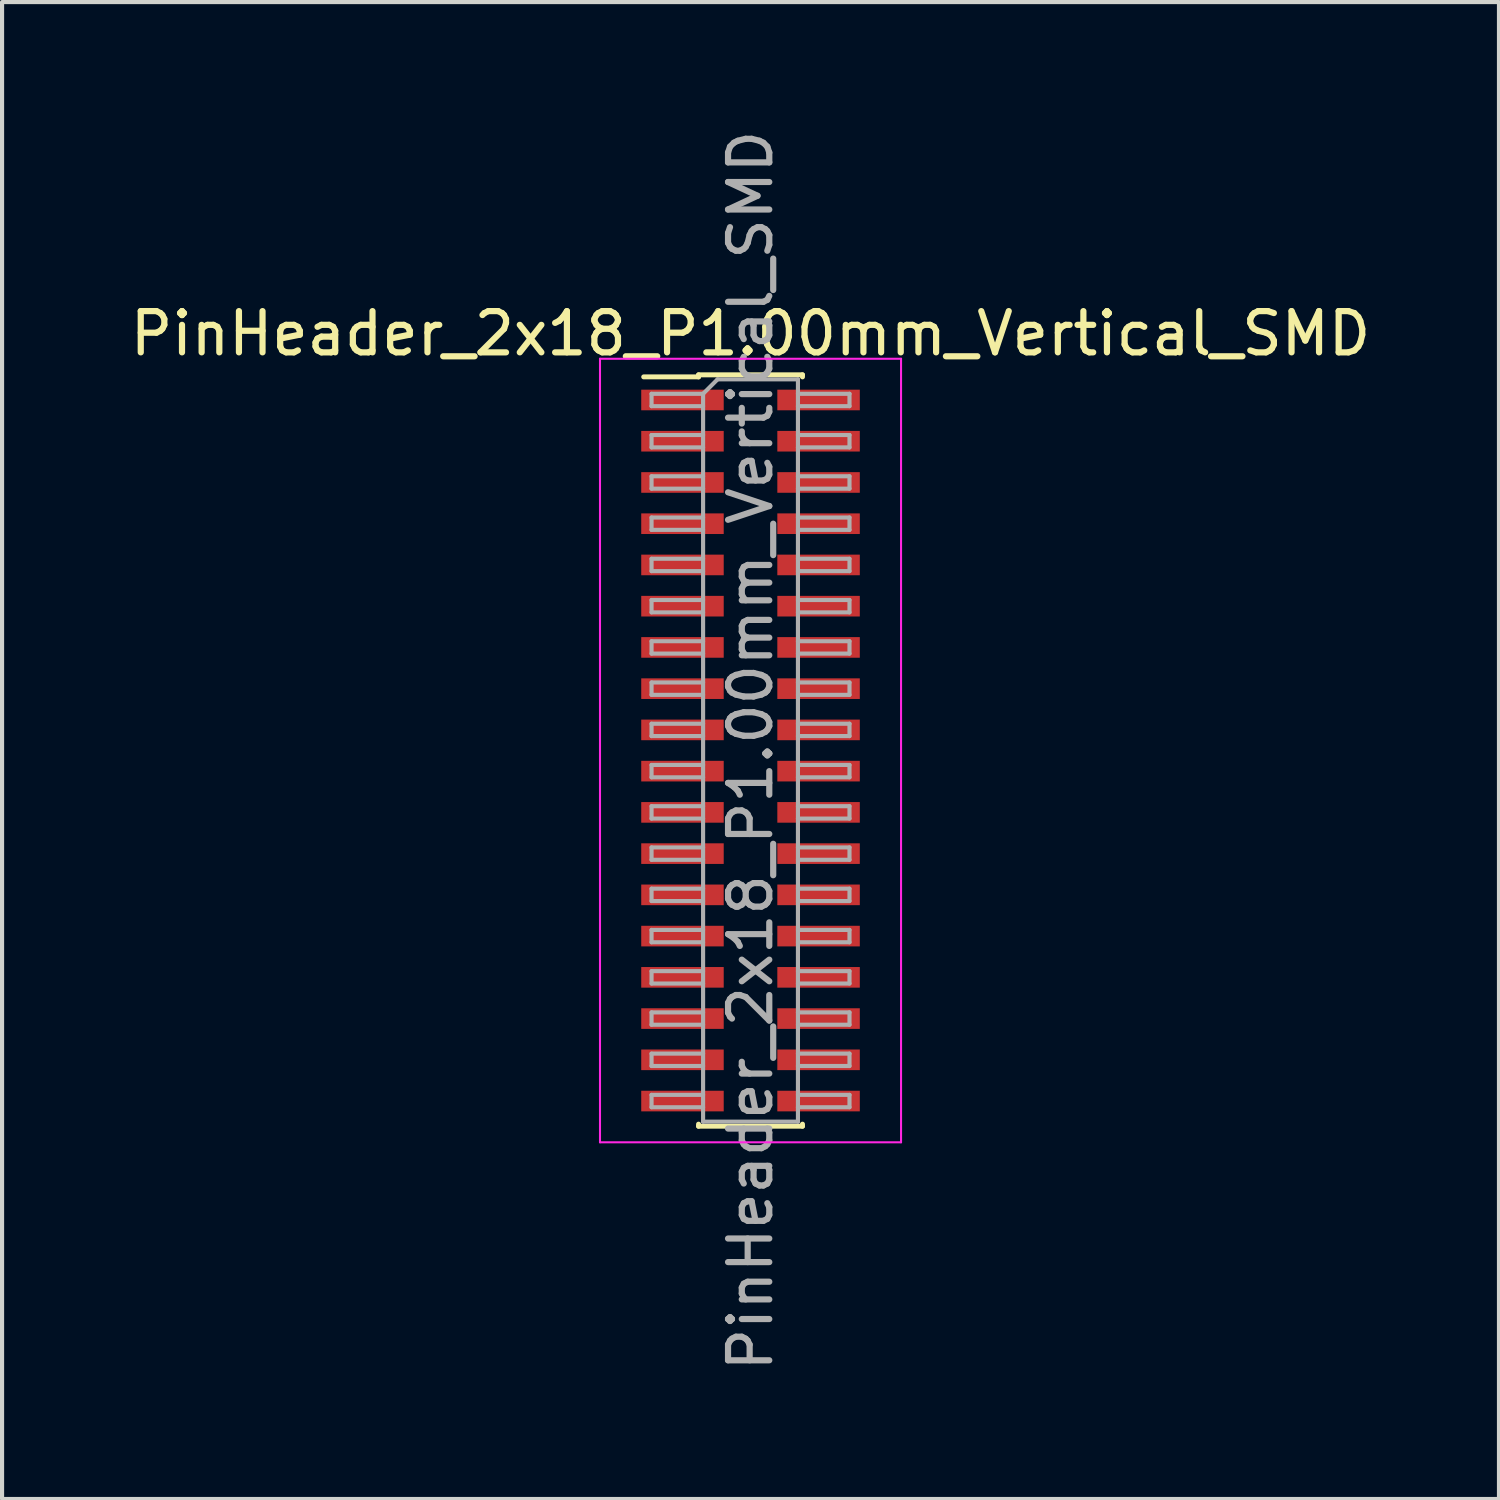
<source format=kicad_pcb>
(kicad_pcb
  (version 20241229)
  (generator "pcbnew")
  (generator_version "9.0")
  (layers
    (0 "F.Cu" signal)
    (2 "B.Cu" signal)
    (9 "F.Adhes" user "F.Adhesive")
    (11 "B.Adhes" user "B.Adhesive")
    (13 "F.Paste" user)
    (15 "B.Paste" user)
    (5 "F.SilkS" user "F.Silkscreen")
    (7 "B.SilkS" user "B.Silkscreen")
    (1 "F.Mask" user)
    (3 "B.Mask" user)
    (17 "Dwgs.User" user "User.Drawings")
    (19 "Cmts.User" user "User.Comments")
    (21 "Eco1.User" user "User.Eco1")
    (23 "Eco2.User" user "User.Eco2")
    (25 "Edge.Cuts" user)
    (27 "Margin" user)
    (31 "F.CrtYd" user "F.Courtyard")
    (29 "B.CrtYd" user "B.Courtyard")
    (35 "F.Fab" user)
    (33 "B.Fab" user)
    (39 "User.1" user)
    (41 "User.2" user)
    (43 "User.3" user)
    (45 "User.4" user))
  (footprint "PinHeader_2x18_P1.00mm_Vertical_SMD"
    (layer "F.Cu")
    (at 15.149 15.149)
    (property "Reference" "PinHeader_2x18_P1.00mm_Vertical_SMD" (at 0 -10.11 0) (layer "F.SilkS") (effects (font (size 1 1) (thickness 0.15))))
    (attr smd)
    (fp_line (start -2.59 -9.06) (end -1.26 -9.06) (stroke (width 0.12) (type solid)) (layer "F.SilkS"))
    (fp_line (start -1.26 -9.11) (end -1.26 -9.06) (stroke (width 0.12) (type solid)) (layer "F.SilkS"))
    (fp_line (start -1.26 -9.11) (end 1.26 -9.11) (stroke (width 0.12) (type solid)) (layer "F.SilkS"))
    (fp_line (start -1.26 9.06) (end -1.26 9.11) (stroke (width 0.12) (type solid)) (layer "F.SilkS"))
    (fp_line (start -1.26 9.11) (end 1.26 9.11) (stroke (width 0.12) (type solid)) (layer "F.SilkS"))
    (fp_line (start 1.26 -9.11) (end 1.26 -9.06) (stroke (width 0.12) (type solid)) (layer "F.SilkS"))
    (fp_line (start 1.26 9.06) (end 1.26 9.11) (stroke (width 0.12) (type solid)) (layer "F.SilkS"))
    (fp_line (start -3.65 -9.5) (end -3.65 9.5) (stroke (width 0.05) (type solid)) (layer "F.CrtYd"))
    (fp_line (start -3.65 9.5) (end 3.65 9.5) (stroke (width 0.05) (type solid)) (layer "F.CrtYd"))
    (fp_line (start 3.65 -9.5) (end -3.65 -9.5) (stroke (width 0.05) (type solid)) (layer "F.CrtYd"))
    (fp_line (start 3.65 9.5) (end 3.65 -9.5) (stroke (width 0.05) (type solid)) (layer "F.CrtYd"))
    (fp_line (start -2.4 -8.65) (end -2.4 -8.35) (stroke (width 0.1) (type solid)) (layer "F.Fab"))
    (fp_line (start -2.4 -8.35) (end -1.15 -8.35) (stroke (width 0.1) (type solid)) (layer "F.Fab"))
    (fp_line (start -2.4 -7.65) (end -2.4 -7.35) (stroke (width 0.1) (type solid)) (layer "F.Fab"))
    (fp_line (start -2.4 -7.35) (end -1.15 -7.35) (stroke (width 0.1) (type solid)) (layer "F.Fab"))
    (fp_line (start -2.4 -6.65) (end -2.4 -6.35) (stroke (width 0.1) (type solid)) (layer "F.Fab"))
    (fp_line (start -2.4 -6.35) (end -1.15 -6.35) (stroke (width 0.1) (type solid)) (layer "F.Fab"))
    (fp_line (start -2.4 -5.65) (end -2.4 -5.35) (stroke (width 0.1) (type solid)) (layer "F.Fab"))
    (fp_line (start -2.4 -5.35) (end -1.15 -5.35) (stroke (width 0.1) (type solid)) (layer "F.Fab"))
    (fp_line (start -2.4 -4.65) (end -2.4 -4.35) (stroke (width 0.1) (type solid)) (layer "F.Fab"))
    (fp_line (start -2.4 -4.35) (end -1.15 -4.35) (stroke (width 0.1) (type solid)) (layer "F.Fab"))
    (fp_line (start -2.4 -3.65) (end -2.4 -3.35) (stroke (width 0.1) (type solid)) (layer "F.Fab"))
    (fp_line (start -2.4 -3.35) (end -1.15 -3.35) (stroke (width 0.1) (type solid)) (layer "F.Fab"))
    (fp_line (start -2.4 -2.65) (end -2.4 -2.35) (stroke (width 0.1) (type solid)) (layer "F.Fab"))
    (fp_line (start -2.4 -2.35) (end -1.15 -2.35) (stroke (width 0.1) (type solid)) (layer "F.Fab"))
    (fp_line (start -2.4 -1.65) (end -2.4 -1.35) (stroke (width 0.1) (type solid)) (layer "F.Fab"))
    (fp_line (start -2.4 -1.35) (end -1.15 -1.35) (stroke (width 0.1) (type solid)) (layer "F.Fab"))
    (fp_line (start -2.4 -0.65) (end -2.4 -0.35) (stroke (width 0.1) (type solid)) (layer "F.Fab"))
    (fp_line (start -2.4 -0.35) (end -1.15 -0.35) (stroke (width 0.1) (type solid)) (layer "F.Fab"))
    (fp_line (start -2.4 0.35) (end -2.4 0.65) (stroke (width 0.1) (type solid)) (layer "F.Fab"))
    (fp_line (start -2.4 0.65) (end -1.15 0.65) (stroke (width 0.1) (type solid)) (layer "F.Fab"))
    (fp_line (start -2.4 1.35) (end -2.4 1.65) (stroke (width 0.1) (type solid)) (layer "F.Fab"))
    (fp_line (start -2.4 1.65) (end -1.15 1.65) (stroke (width 0.1) (type solid)) (layer "F.Fab"))
    (fp_line (start -2.4 2.35) (end -2.4 2.65) (stroke (width 0.1) (type solid)) (layer "F.Fab"))
    (fp_line (start -2.4 2.65) (end -1.15 2.65) (stroke (width 0.1) (type solid)) (layer "F.Fab"))
    (fp_line (start -2.4 3.35) (end -2.4 3.65) (stroke (width 0.1) (type solid)) (layer "F.Fab"))
    (fp_line (start -2.4 3.65) (end -1.15 3.65) (stroke (width 0.1) (type solid)) (layer "F.Fab"))
    (fp_line (start -2.4 4.35) (end -2.4 4.65) (stroke (width 0.1) (type solid)) (layer "F.Fab"))
    (fp_line (start -2.4 4.65) (end -1.15 4.65) (stroke (width 0.1) (type solid)) (layer "F.Fab"))
    (fp_line (start -2.4 5.35) (end -2.4 5.65) (stroke (width 0.1) (type solid)) (layer "F.Fab"))
    (fp_line (start -2.4 5.65) (end -1.15 5.65) (stroke (width 0.1) (type solid)) (layer "F.Fab"))
    (fp_line (start -2.4 6.35) (end -2.4 6.65) (stroke (width 0.1) (type solid)) (layer "F.Fab"))
    (fp_line (start -2.4 6.65) (end -1.15 6.65) (stroke (width 0.1) (type solid)) (layer "F.Fab"))
    (fp_line (start -2.4 7.35) (end -2.4 7.65) (stroke (width 0.1) (type solid)) (layer "F.Fab"))
    (fp_line (start -2.4 7.65) (end -1.15 7.65) (stroke (width 0.1) (type solid)) (layer "F.Fab"))
    (fp_line (start -2.4 8.35) (end -2.4 8.65) (stroke (width 0.1) (type solid)) (layer "F.Fab"))
    (fp_line (start -2.4 8.65) (end -1.15 8.65) (stroke (width 0.1) (type solid)) (layer "F.Fab"))
    (fp_line (start -1.15 -8.65) (end -2.4 -8.65) (stroke (width 0.1) (type solid)) (layer "F.Fab"))
    (fp_line (start -1.15 -8.65) (end -0.8 -9) (stroke (width 0.1) (type solid)) (layer "F.Fab"))
    (fp_line (start -1.15 -7.65) (end -2.4 -7.65) (stroke (width 0.1) (type solid)) (layer "F.Fab"))
    (fp_line (start -1.15 -6.65) (end -2.4 -6.65) (stroke (width 0.1) (type solid)) (layer "F.Fab"))
    (fp_line (start -1.15 -5.65) (end -2.4 -5.65) (stroke (width 0.1) (type solid)) (layer "F.Fab"))
    (fp_line (start -1.15 -4.65) (end -2.4 -4.65) (stroke (width 0.1) (type solid)) (layer "F.Fab"))
    (fp_line (start -1.15 -3.65) (end -2.4 -3.65) (stroke (width 0.1) (type solid)) (layer "F.Fab"))
    (fp_line (start -1.15 -2.65) (end -2.4 -2.65) (stroke (width 0.1) (type solid)) (layer "F.Fab"))
    (fp_line (start -1.15 -1.65) (end -2.4 -1.65) (stroke (width 0.1) (type solid)) (layer "F.Fab"))
    (fp_line (start -1.15 -0.65) (end -2.4 -0.65) (stroke (width 0.1) (type solid)) (layer "F.Fab"))
    (fp_line (start -1.15 0.35) (end -2.4 0.35) (stroke (width 0.1) (type solid)) (layer "F.Fab"))
    (fp_line (start -1.15 1.35) (end -2.4 1.35) (stroke (width 0.1) (type solid)) (layer "F.Fab"))
    (fp_line (start -1.15 2.35) (end -2.4 2.35) (stroke (width 0.1) (type solid)) (layer "F.Fab"))
    (fp_line (start -1.15 3.35) (end -2.4 3.35) (stroke (width 0.1) (type solid)) (layer "F.Fab"))
    (fp_line (start -1.15 4.35) (end -2.4 4.35) (stroke (width 0.1) (type solid)) (layer "F.Fab"))
    (fp_line (start -1.15 5.35) (end -2.4 5.35) (stroke (width 0.1) (type solid)) (layer "F.Fab"))
    (fp_line (start -1.15 6.35) (end -2.4 6.35) (stroke (width 0.1) (type solid)) (layer "F.Fab"))
    (fp_line (start -1.15 7.35) (end -2.4 7.35) (stroke (width 0.1) (type solid)) (layer "F.Fab"))
    (fp_line (start -1.15 8.35) (end -2.4 8.35) (stroke (width 0.1) (type solid)) (layer "F.Fab"))
    (fp_line (start -1.15 9) (end -1.15 -8.65) (stroke (width 0.1) (type solid)) (layer "F.Fab"))
    (fp_line (start -0.8 -9) (end 1.15 -9) (stroke (width 0.1) (type solid)) (layer "F.Fab"))
    (fp_line (start 1.15 -9) (end 1.15 9) (stroke (width 0.1) (type solid)) (layer "F.Fab"))
    (fp_line (start 1.15 -8.65) (end 2.4 -8.65) (stroke (width 0.1) (type solid)) (layer "F.Fab"))
    (fp_line (start 1.15 -7.65) (end 2.4 -7.65) (stroke (width 0.1) (type solid)) (layer "F.Fab"))
    (fp_line (start 1.15 -6.65) (end 2.4 -6.65) (stroke (width 0.1) (type solid)) (layer "F.Fab"))
    (fp_line (start 1.15 -5.65) (end 2.4 -5.65) (stroke (width 0.1) (type solid)) (layer "F.Fab"))
    (fp_line (start 1.15 -4.65) (end 2.4 -4.65) (stroke (width 0.1) (type solid)) (layer "F.Fab"))
    (fp_line (start 1.15 -3.65) (end 2.4 -3.65) (stroke (width 0.1) (type solid)) (layer "F.Fab"))
    (fp_line (start 1.15 -2.65) (end 2.4 -2.65) (stroke (width 0.1) (type solid)) (layer "F.Fab"))
    (fp_line (start 1.15 -1.65) (end 2.4 -1.65) (stroke (width 0.1) (type solid)) (layer "F.Fab"))
    (fp_line (start 1.15 -0.65) (end 2.4 -0.65) (stroke (width 0.1) (type solid)) (layer "F.Fab"))
    (fp_line (start 1.15 0.35) (end 2.4 0.35) (stroke (width 0.1) (type solid)) (layer "F.Fab"))
    (fp_line (start 1.15 1.35) (end 2.4 1.35) (stroke (width 0.1) (type solid)) (layer "F.Fab"))
    (fp_line (start 1.15 2.35) (end 2.4 2.35) (stroke (width 0.1) (type solid)) (layer "F.Fab"))
    (fp_line (start 1.15 3.35) (end 2.4 3.35) (stroke (width 0.1) (type solid)) (layer "F.Fab"))
    (fp_line (start 1.15 4.35) (end 2.4 4.35) (stroke (width 0.1) (type solid)) (layer "F.Fab"))
    (fp_line (start 1.15 5.35) (end 2.4 5.35) (stroke (width 0.1) (type solid)) (layer "F.Fab"))
    (fp_line (start 1.15 6.35) (end 2.4 6.35) (stroke (width 0.1) (type solid)) (layer "F.Fab"))
    (fp_line (start 1.15 7.35) (end 2.4 7.35) (stroke (width 0.1) (type solid)) (layer "F.Fab"))
    (fp_line (start 1.15 8.35) (end 2.4 8.35) (stroke (width 0.1) (type solid)) (layer "F.Fab"))
    (fp_line (start 1.15 9) (end -1.15 9) (stroke (width 0.1) (type solid)) (layer "F.Fab"))
    (fp_line (start 2.4 -8.65) (end 2.4 -8.35) (stroke (width 0.1) (type solid)) (layer "F.Fab"))
    (fp_line (start 2.4 -8.35) (end 1.15 -8.35) (stroke (width 0.1) (type solid)) (layer "F.Fab"))
    (fp_line (start 2.4 -7.65) (end 2.4 -7.35) (stroke (width 0.1) (type solid)) (layer "F.Fab"))
    (fp_line (start 2.4 -7.35) (end 1.15 -7.35) (stroke (width 0.1) (type solid)) (layer "F.Fab"))
    (fp_line (start 2.4 -6.65) (end 2.4 -6.35) (stroke (width 0.1) (type solid)) (layer "F.Fab"))
    (fp_line (start 2.4 -6.35) (end 1.15 -6.35) (stroke (width 0.1) (type solid)) (layer "F.Fab"))
    (fp_line (start 2.4 -5.65) (end 2.4 -5.35) (stroke (width 0.1) (type solid)) (layer "F.Fab"))
    (fp_line (start 2.4 -5.35) (end 1.15 -5.35) (stroke (width 0.1) (type solid)) (layer "F.Fab"))
    (fp_line (start 2.4 -4.65) (end 2.4 -4.35) (stroke (width 0.1) (type solid)) (layer "F.Fab"))
    (fp_line (start 2.4 -4.35) (end 1.15 -4.35) (stroke (width 0.1) (type solid)) (layer "F.Fab"))
    (fp_line (start 2.4 -3.65) (end 2.4 -3.35) (stroke (width 0.1) (type solid)) (layer "F.Fab"))
    (fp_line (start 2.4 -3.35) (end 1.15 -3.35) (stroke (width 0.1) (type solid)) (layer "F.Fab"))
    (fp_line (start 2.4 -2.65) (end 2.4 -2.35) (stroke (width 0.1) (type solid)) (layer "F.Fab"))
    (fp_line (start 2.4 -2.35) (end 1.15 -2.35) (stroke (width 0.1) (type solid)) (layer "F.Fab"))
    (fp_line (start 2.4 -1.65) (end 2.4 -1.35) (stroke (width 0.1) (type solid)) (layer "F.Fab"))
    (fp_line (start 2.4 -1.35) (end 1.15 -1.35) (stroke (width 0.1) (type solid)) (layer "F.Fab"))
    (fp_line (start 2.4 -0.65) (end 2.4 -0.35) (stroke (width 0.1) (type solid)) (layer "F.Fab"))
    (fp_line (start 2.4 -0.35) (end 1.15 -0.35) (stroke (width 0.1) (type solid)) (layer "F.Fab"))
    (fp_line (start 2.4 0.35) (end 2.4 0.65) (stroke (width 0.1) (type solid)) (layer "F.Fab"))
    (fp_line (start 2.4 0.65) (end 1.15 0.65) (stroke (width 0.1) (type solid)) (layer "F.Fab"))
    (fp_line (start 2.4 1.35) (end 2.4 1.65) (stroke (width 0.1) (type solid)) (layer "F.Fab"))
    (fp_line (start 2.4 1.65) (end 1.15 1.65) (stroke (width 0.1) (type solid)) (layer "F.Fab"))
    (fp_line (start 2.4 2.35) (end 2.4 2.65) (stroke (width 0.1) (type solid)) (layer "F.Fab"))
    (fp_line (start 2.4 2.65) (end 1.15 2.65) (stroke (width 0.1) (type solid)) (layer "F.Fab"))
    (fp_line (start 2.4 3.35) (end 2.4 3.65) (stroke (width 0.1) (type solid)) (layer "F.Fab"))
    (fp_line (start 2.4 3.65) (end 1.15 3.65) (stroke (width 0.1) (type solid)) (layer "F.Fab"))
    (fp_line (start 2.4 4.35) (end 2.4 4.65) (stroke (width 0.1) (type solid)) (layer "F.Fab"))
    (fp_line (start 2.4 4.65) (end 1.15 4.65) (stroke (width 0.1) (type solid)) (layer "F.Fab"))
    (fp_line (start 2.4 5.35) (end 2.4 5.65) (stroke (width 0.1) (type solid)) (layer "F.Fab"))
    (fp_line (start 2.4 5.65) (end 1.15 5.65) (stroke (width 0.1) (type solid)) (layer "F.Fab"))
    (fp_line (start 2.4 6.35) (end 2.4 6.65) (stroke (width 0.1) (type solid)) (layer "F.Fab"))
    (fp_line (start 2.4 6.65) (end 1.15 6.65) (stroke (width 0.1) (type solid)) (layer "F.Fab"))
    (fp_line (start 2.4 7.35) (end 2.4 7.65) (stroke (width 0.1) (type solid)) (layer "F.Fab"))
    (fp_line (start 2.4 7.65) (end 1.15 7.65) (stroke (width 0.1) (type solid)) (layer "F.Fab"))
    (fp_line (start 2.4 8.35) (end 2.4 8.65) (stroke (width 0.1) (type solid)) (layer "F.Fab"))
    (fp_line (start 2.4 8.65) (end 1.15 8.65) (stroke (width 0.1) (type solid)) (layer "F.Fab"))
    (fp_text user "${REFERENCE}" (at 0 0 90) (layer "F.Fab") (effects (font (size 1 1) (thickness 0.15))))
    (pad "1" smd rect (at -1.65 -8.5) (size 2 0.5) (layers "F.Cu" "F.Mask" "F.Paste"))
    (pad "2" smd rect (at 1.65 -8.5) (size 2 0.5) (layers "F.Cu" "F.Mask" "F.Paste"))
    (pad "3" smd rect (at -1.65 -7.5) (size 2 0.5) (layers "F.Cu" "F.Mask" "F.Paste"))
    (pad "4" smd rect (at 1.65 -7.5) (size 2 0.5) (layers "F.Cu" "F.Mask" "F.Paste"))
    (pad "5" smd rect (at -1.65 -6.5) (size 2 0.5) (layers "F.Cu" "F.Mask" "F.Paste"))
    (pad "6" smd rect (at 1.65 -6.5) (size 2 0.5) (layers "F.Cu" "F.Mask" "F.Paste"))
    (pad "7" smd rect (at -1.65 -5.5) (size 2 0.5) (layers "F.Cu" "F.Mask" "F.Paste"))
    (pad "8" smd rect (at 1.65 -5.5) (size 2 0.5) (layers "F.Cu" "F.Mask" "F.Paste"))
    (pad "9" smd rect (at -1.65 -4.5) (size 2 0.5) (layers "F.Cu" "F.Mask" "F.Paste"))
    (pad "10" smd rect (at 1.65 -4.5) (size 2 0.5) (layers "F.Cu" "F.Mask" "F.Paste"))
    (pad "11" smd rect (at -1.65 -3.5) (size 2 0.5) (layers "F.Cu" "F.Mask" "F.Paste"))
    (pad "12" smd rect (at 1.65 -3.5) (size 2 0.5) (layers "F.Cu" "F.Mask" "F.Paste"))
    (pad "13" smd rect (at -1.65 -2.5) (size 2 0.5) (layers "F.Cu" "F.Mask" "F.Paste"))
    (pad "14" smd rect (at 1.65 -2.5) (size 2 0.5) (layers "F.Cu" "F.Mask" "F.Paste"))
    (pad "15" smd rect (at -1.65 -1.5) (size 2 0.5) (layers "F.Cu" "F.Mask" "F.Paste"))
    (pad "16" smd rect (at 1.65 -1.5) (size 2 0.5) (layers "F.Cu" "F.Mask" "F.Paste"))
    (pad "17" smd rect (at -1.65 -0.5) (size 2 0.5) (layers "F.Cu" "F.Mask" "F.Paste"))
    (pad "18" smd rect (at 1.65 -0.5) (size 2 0.5) (layers "F.Cu" "F.Mask" "F.Paste"))
    (pad "19" smd rect (at -1.65 0.5) (size 2 0.5) (layers "F.Cu" "F.Mask" "F.Paste"))
    (pad "20" smd rect (at 1.65 0.5) (size 2 0.5) (layers "F.Cu" "F.Mask" "F.Paste"))
    (pad "21" smd rect (at -1.65 1.5) (size 2 0.5) (layers "F.Cu" "F.Mask" "F.Paste"))
    (pad "22" smd rect (at 1.65 1.5) (size 2 0.5) (layers "F.Cu" "F.Mask" "F.Paste"))
    (pad "23" smd rect (at -1.65 2.5) (size 2 0.5) (layers "F.Cu" "F.Mask" "F.Paste"))
    (pad "24" smd rect (at 1.65 2.5) (size 2 0.5) (layers "F.Cu" "F.Mask" "F.Paste"))
    (pad "25" smd rect (at -1.65 3.5) (size 2 0.5) (layers "F.Cu" "F.Mask" "F.Paste"))
    (pad "26" smd rect (at 1.65 3.5) (size 2 0.5) (layers "F.Cu" "F.Mask" "F.Paste"))
    (pad "27" smd rect (at -1.65 4.5) (size 2 0.5) (layers "F.Cu" "F.Mask" "F.Paste"))
    (pad "28" smd rect (at 1.65 4.5) (size 2 0.5) (layers "F.Cu" "F.Mask" "F.Paste"))
    (pad "29" smd rect (at -1.65 5.5) (size 2 0.5) (layers "F.Cu" "F.Mask" "F.Paste"))
    (pad "30" smd rect (at 1.65 5.5) (size 2 0.5) (layers "F.Cu" "F.Mask" "F.Paste"))
    (pad "31" smd rect (at -1.65 6.5) (size 2 0.5) (layers "F.Cu" "F.Mask" "F.Paste"))
    (pad "32" smd rect (at 1.65 6.5) (size 2 0.5) (layers "F.Cu" "F.Mask" "F.Paste"))
    (pad "33" smd rect (at -1.65 7.5) (size 2 0.5) (layers "F.Cu" "F.Mask" "F.Paste"))
    (pad "34" smd rect (at 1.65 7.5) (size 2 0.5) (layers "F.Cu" "F.Mask" "F.Paste"))
    (pad "35" smd rect (at -1.65 8.5) (size 2 0.5) (layers "F.Cu" "F.Mask" "F.Paste"))
    (pad "36" smd rect (at 1.65 8.5) (size 2 0.5) (layers "F.Cu" "F.Mask" "F.Paste")))
  (gr_rect
    (start -3 -3)
    (end 33.298 33.298)
    (stroke (width 0.1) (type default))
    (fill no)
    (layer "Edge.Cuts")))
</source>
